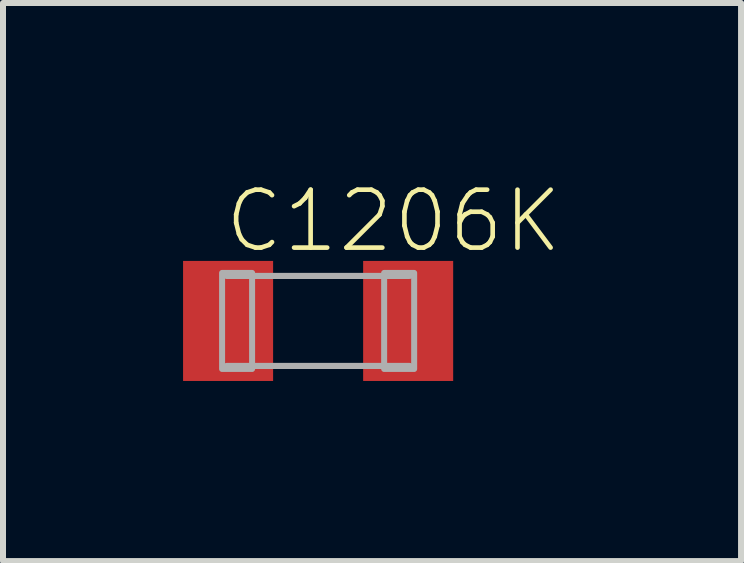
<source format=kicad_pcb>
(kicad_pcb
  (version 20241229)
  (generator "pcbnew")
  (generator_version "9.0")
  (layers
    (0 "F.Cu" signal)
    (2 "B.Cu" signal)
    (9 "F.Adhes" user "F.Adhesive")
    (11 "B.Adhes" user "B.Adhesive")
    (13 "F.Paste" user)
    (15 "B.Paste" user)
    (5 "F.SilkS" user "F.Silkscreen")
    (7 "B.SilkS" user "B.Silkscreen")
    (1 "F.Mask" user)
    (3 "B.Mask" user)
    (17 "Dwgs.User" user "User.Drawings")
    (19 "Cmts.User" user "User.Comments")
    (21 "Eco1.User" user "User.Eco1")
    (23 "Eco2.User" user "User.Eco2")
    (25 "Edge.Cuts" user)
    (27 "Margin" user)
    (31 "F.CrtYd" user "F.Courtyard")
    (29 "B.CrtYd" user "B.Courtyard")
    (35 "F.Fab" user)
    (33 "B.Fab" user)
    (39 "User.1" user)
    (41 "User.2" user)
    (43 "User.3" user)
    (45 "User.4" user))
  (footprint "C1206K"
    (layer "F.Cu")
    (at 2.25 2.297)
    (property "Reference" "C1206K" (at -1.6 -1.1 0) (layer "F.SilkS") (effects (font (size 0.965 0.965) (thickness 0.077)) (justify left bottom)))
    (attr through_hole)
    (fp_line (start -1.525 -0.75) (end 1.525 -0.75) (stroke (width 0.102) (type solid)) (layer "F.Fab"))
    (fp_line (start 1.525 0.75) (end -1.525 0.75) (stroke (width 0.102) (type solid)) (layer "F.Fab"))
    (fp_poly (pts (xy -1.6 0.8) (xy -1.1 0.8) (xy -1.1 -0.8) (xy -1.6 -0.8)) (stroke (width 0.1) (type solid)) (fill no) (layer "F.Fab"))
    (fp_poly (pts (xy 1.1 0.8) (xy 1.6 0.8) (xy 1.6 -0.8) (xy 1.1 -0.8)) (stroke (width 0.1) (type solid)) (fill no) (layer "F.Fab"))
    (pad "1" smd rect (at -1.5 0) (size 1.5 2) (layers "F.Cu" "F.Mask" "F.Paste"))
    (pad "2" smd rect (at 1.5 0) (size 1.5 2) (layers "F.Cu" "F.Mask" "F.Paste")))
  (gr_rect
    (start -3 -3)
    (end 9.296 6.297)
    (stroke (width 0.1) (type default))
    (fill no)
    (layer "Edge.Cuts")))
</source>
